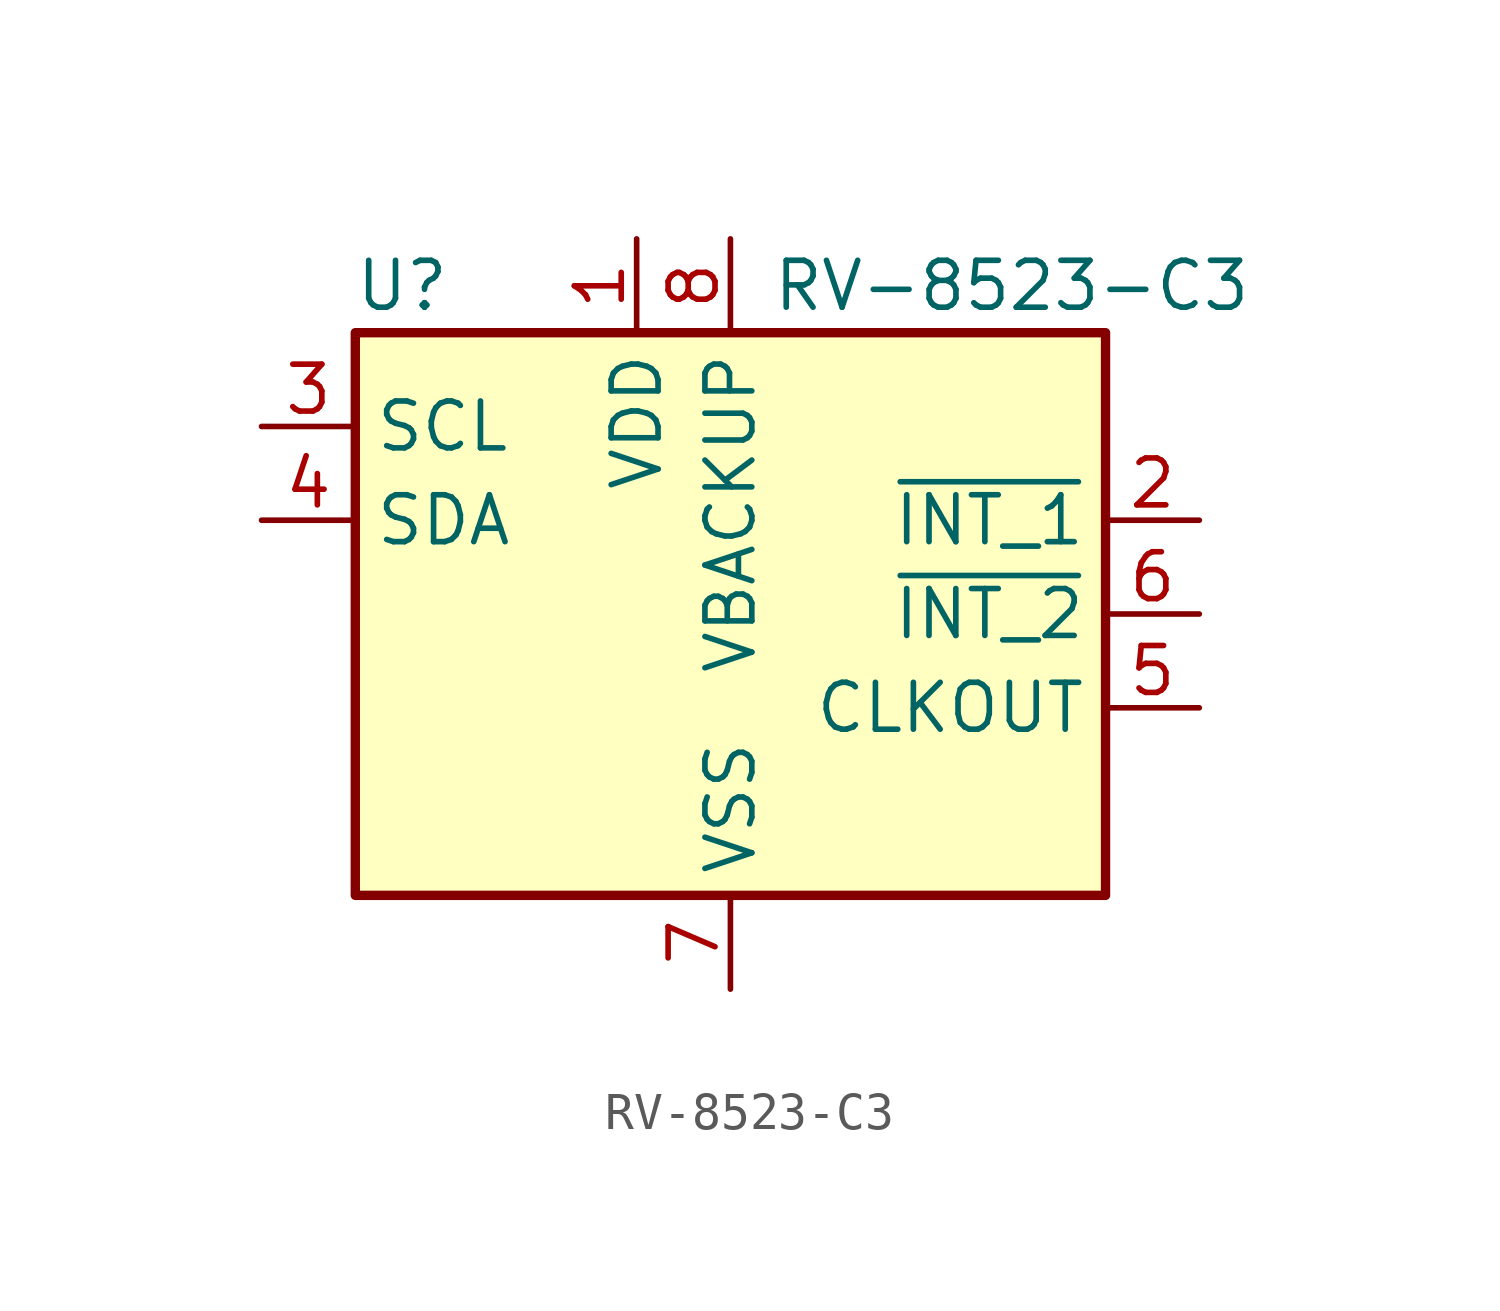
<source format=kicad_sym>
(kicad_symbol_lib
  (version 20200908)
  (generator kicad_symbol_editor)
  (symbol "Timer_RTC:RV-8523-C3"
    (property "Reference" "U"
      (at -8.89 8.89 0)
      (effects (font (size 1.27 1.27))))
    (property "Value" "RV-8523-C3"
      (at 7.62 8.89 0)
      (effects (font (size 1.27 1.27))))
    (symbol "RV-8523-C3_0_1"
      (rectangle (start 10.16 7.62) (end -10.16 -7.62) (stroke (width 0.254)) (fill (type background))))
    (symbol "RV-8523-C3_1_1"
      (pin power_in line (at -2.54 10.16 270) (length 2.54) (name "VDD" (effects (font (size 1.27 1.27)))) (number "1" (effects (font (size 1.27 1.27)))))
      (pin unconnected line (at -10.16 -5.08 0) (length 2.54) hide (name "NC" (effects (font (size 1.27 1.27)))) (number "10" (effects (font (size 1.27 1.27)))))
      (pin open_collector line (at 12.7 2.54 180) (length 2.54) (name "~INT_1" (effects (font (size 1.27 1.27)))) (number "2" (effects (font (size 1.27 1.27)))))
      (pin input line (at -12.7 5.08 0) (length 2.54) (name "SCL" (effects (font (size 1.27 1.27)))) (number "3" (effects (font (size 1.27 1.27)))))
      (pin bidirectional line (at -12.7 2.54 0) (length 2.54) (name "SDA" (effects (font (size 1.27 1.27)))) (number "4" (effects (font (size 1.27 1.27)))))
      (pin open_collector line (at 12.7 -2.54 180) (length 2.54) (name "CLKOUT" (effects (font (size 1.27 1.27)))) (number "5" (effects (font (size 1.27 1.27)))))
      (pin open_collector line (at 12.7 0 180) (length 2.54) (name "~INT_2" (effects (font (size 1.27 1.27)))) (number "6" (effects (font (size 1.27 1.27)))))
      (pin power_in line (at 0 -10.16 90) (length 2.54) (name "VSS" (effects (font (size 1.27 1.27)))) (number "7" (effects (font (size 1.27 1.27)))))
      (pin power_in line (at 0 10.16 270) (length 2.54) (name "VBACKUP" (effects (font (size 1.27 1.27)))) (number "8" (effects (font (size 1.27 1.27)))))
      (pin unconnected line (at -10.16 -2.54 0) (length 2.54) hide (name "NC" (effects (font (size 1.27 1.27)))) (number "9" (effects (font (size 1.27 1.27))))))))
</source>
